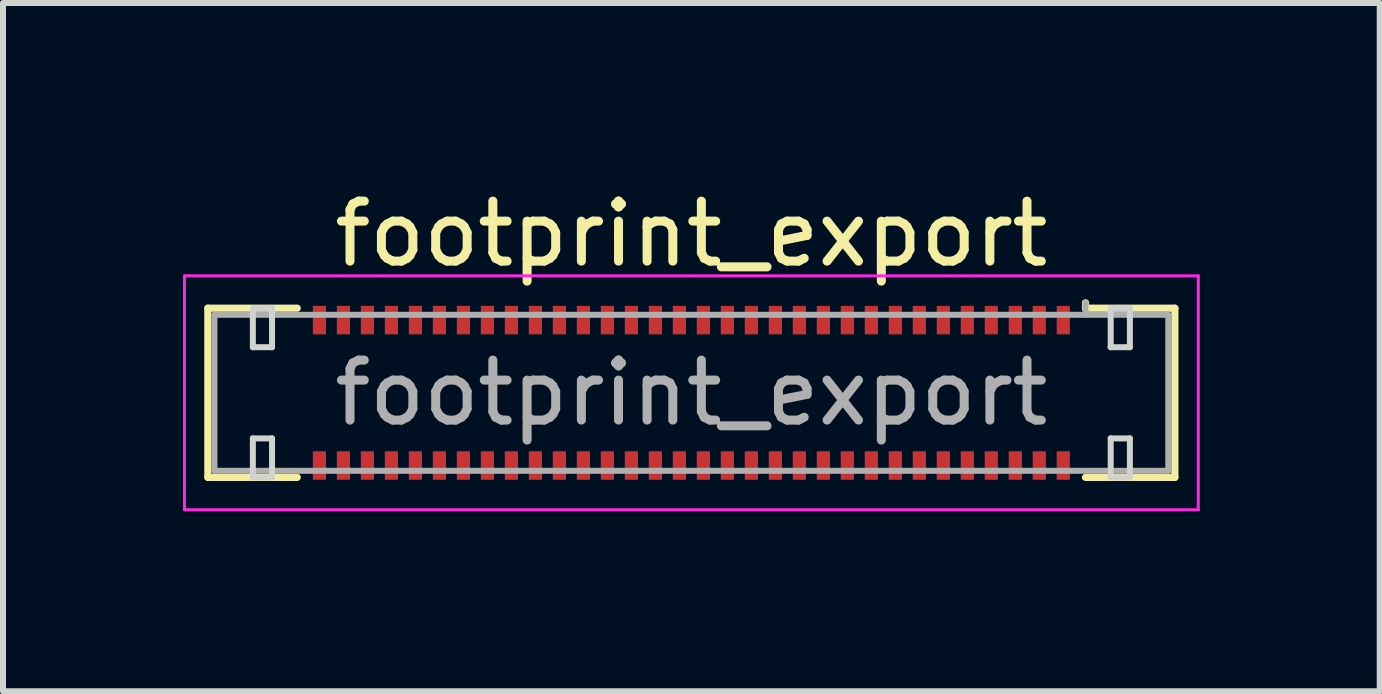
<source format=kicad_pcb>
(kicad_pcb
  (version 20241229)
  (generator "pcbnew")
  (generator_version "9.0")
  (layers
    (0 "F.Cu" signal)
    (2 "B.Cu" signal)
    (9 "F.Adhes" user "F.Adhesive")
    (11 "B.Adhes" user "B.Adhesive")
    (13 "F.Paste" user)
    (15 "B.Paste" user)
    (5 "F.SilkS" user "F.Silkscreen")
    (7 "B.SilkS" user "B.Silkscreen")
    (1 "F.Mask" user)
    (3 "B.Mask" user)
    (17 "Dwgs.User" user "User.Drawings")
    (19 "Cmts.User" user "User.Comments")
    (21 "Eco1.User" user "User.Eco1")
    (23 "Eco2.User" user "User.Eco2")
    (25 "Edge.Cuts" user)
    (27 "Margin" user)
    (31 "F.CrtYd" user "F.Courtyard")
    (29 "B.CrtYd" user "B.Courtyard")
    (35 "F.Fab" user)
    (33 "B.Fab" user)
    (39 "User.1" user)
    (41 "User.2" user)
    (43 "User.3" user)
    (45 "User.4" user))
  (footprint "footprint_export"
    (layer "F.Cu")
    (at 8.475 3.498)
    (property "Reference" "footprint_export" (at 0 -2.65 0) (layer "F.SilkS") (effects (font (size 1 1) (thickness 0.15))))
    (attr smd)
    (fp_line (start -8.06 -1.41) (end -6.57 -1.41) (stroke (width 0.12) (type solid)) (layer "F.SilkS"))
    (fp_line (start -8.06 1.41) (end -8.06 -1.41) (stroke (width 0.12) (type solid)) (layer "F.SilkS"))
    (fp_line (start -6.57 1.41) (end -8.06 1.41) (stroke (width 0.12) (type solid)) (layer "F.SilkS"))
    (fp_line (start 6.57 -1.41) (end 6.57 -1.5) (stroke (width 0.12) (type solid)) (layer "F.SilkS"))
    (fp_line (start 6.57 1.41) (end 8.06 1.41) (stroke (width 0.12) (type solid)) (layer "F.SilkS"))
    (fp_line (start 8.06 -1.41) (end 6.57 -1.41) (stroke (width 0.12) (type solid)) (layer "F.SilkS"))
    (fp_line (start 8.06 1.41) (end 8.06 -1.41) (stroke (width 0.12) (type solid)) (layer "F.SilkS"))
    (fp_line (start -7.31 -1.41) (end -7.31 -0.76) (stroke (width 0.1) (type solid)) (layer "Edge.Cuts"))
    (fp_line (start -7.31 -0.76) (end -6.99 -0.76) (stroke (width 0.1) (type solid)) (layer "Edge.Cuts"))
    (fp_line (start -7.31 0.76) (end -7.31 1.41) (stroke (width 0.1) (type solid)) (layer "Edge.Cuts"))
    (fp_line (start -7.31 1.41) (end -6.99 1.41) (stroke (width 0.1) (type solid)) (layer "Edge.Cuts"))
    (fp_line (start -6.99 -1.41) (end -7.31 -1.41) (stroke (width 0.1) (type solid)) (layer "Edge.Cuts"))
    (fp_line (start -6.99 -0.76) (end -6.99 -1.41) (stroke (width 0.1) (type solid)) (layer "Edge.Cuts"))
    (fp_line (start -6.99 0.76) (end -7.31 0.76) (stroke (width 0.1) (type solid)) (layer "Edge.Cuts"))
    (fp_line (start -6.99 1.41) (end -6.99 0.76) (stroke (width 0.1) (type solid)) (layer "Edge.Cuts"))
    (fp_line (start 6.99 -1.41) (end 6.99 -0.76) (stroke (width 0.1) (type solid)) (layer "Edge.Cuts"))
    (fp_line (start 6.99 -0.76) (end 7.31 -0.76) (stroke (width 0.1) (type solid)) (layer "Edge.Cuts"))
    (fp_line (start 6.99 0.76) (end 6.99 1.41) (stroke (width 0.1) (type solid)) (layer "Edge.Cuts"))
    (fp_line (start 6.99 1.41) (end 7.31 1.41) (stroke (width 0.1) (type solid)) (layer "Edge.Cuts"))
    (fp_line (start 7.31 -1.41) (end 6.99 -1.41) (stroke (width 0.1) (type solid)) (layer "Edge.Cuts"))
    (fp_line (start 7.31 -0.76) (end 7.31 -1.41) (stroke (width 0.1) (type solid)) (layer "Edge.Cuts"))
    (fp_line (start 7.31 0.76) (end 6.99 0.76) (stroke (width 0.1) (type solid)) (layer "Edge.Cuts"))
    (fp_line (start 7.31 1.41) (end 7.31 0.76) (stroke (width 0.1) (type solid)) (layer "Edge.Cuts"))
    (fp_line (start -8.45 -1.95) (end -8.45 1.95) (stroke (width 0.05) (type solid)) (layer "F.CrtYd"))
    (fp_line (start -8.45 1.95) (end 8.45 1.95) (stroke (width 0.05) (type solid)) (layer "F.CrtYd"))
    (fp_line (start 8.45 -1.95) (end -8.45 -1.95) (stroke (width 0.05) (type solid)) (layer "F.CrtYd"))
    (fp_line (start 8.45 1.95) (end 8.45 -1.95) (stroke (width 0.05) (type solid)) (layer "F.CrtYd"))
    (fp_line (start -7.95 -1.3) (end -7.95 1.3) (stroke (width 0.1) (type solid)) (layer "F.Fab"))
    (fp_line (start -7.95 1.3) (end 7.95 1.3) (stroke (width 0.1) (type solid)) (layer "F.Fab"))
    (fp_line (start 6.57 -1.3) (end 6.57 -1.5) (stroke (width 0.1) (type solid)) (layer "F.Fab"))
    (fp_line (start 7.95 -1.3) (end -7.95 -1.3) (stroke (width 0.1) (type solid)) (layer "F.Fab"))
    (fp_line (start 7.95 1.3) (end 7.95 -1.3) (stroke (width 0.1) (type solid)) (layer "F.Fab"))
    (fp_text user "${REFERENCE}" (at 0 0 0) (layer "F.Fab") (effects (font (size 1 1) (thickness 0.15))))
    (pad "1" smd rect (at 6.2 -1.212) (size 0.22 0.475) (layers "F.Cu" "F.Mask" "F.Paste"))
    (pad "2" smd rect (at 6.2 1.212) (size 0.22 0.475) (layers "F.Cu" "F.Mask" "F.Paste"))
    (pad "3" smd rect (at 5.8 -1.212) (size 0.22 0.475) (layers "F.Cu" "F.Mask" "F.Paste"))
    (pad "4" smd rect (at 5.8 1.212) (size 0.22 0.475) (layers "F.Cu" "F.Mask" "F.Paste"))
    (pad "5" smd rect (at 5.4 -1.212) (size 0.22 0.475) (layers "F.Cu" "F.Mask" "F.Paste"))
    (pad "6" smd rect (at 5.4 1.212) (size 0.22 0.475) (layers "F.Cu" "F.Mask" "F.Paste"))
    (pad "7" smd rect (at 5 -1.212) (size 0.22 0.475) (layers "F.Cu" "F.Mask" "F.Paste"))
    (pad "8" smd rect (at 5 1.212) (size 0.22 0.475) (layers "F.Cu" "F.Mask" "F.Paste"))
    (pad "9" smd rect (at 4.6 -1.212) (size 0.22 0.475) (layers "F.Cu" "F.Mask" "F.Paste"))
    (pad "10" smd rect (at 4.6 1.212) (size 0.22 0.475) (layers "F.Cu" "F.Mask" "F.Paste"))
    (pad "11" smd rect (at 4.2 -1.212) (size 0.22 0.475) (layers "F.Cu" "F.Mask" "F.Paste"))
    (pad "12" smd rect (at 4.2 1.212) (size 0.22 0.475) (layers "F.Cu" "F.Mask" "F.Paste"))
    (pad "13" smd rect (at 3.8 -1.212) (size 0.22 0.475) (layers "F.Cu" "F.Mask" "F.Paste"))
    (pad "14" smd rect (at 3.8 1.212) (size 0.22 0.475) (layers "F.Cu" "F.Mask" "F.Paste"))
    (pad "15" smd rect (at 3.4 -1.212) (size 0.22 0.475) (layers "F.Cu" "F.Mask" "F.Paste"))
    (pad "16" smd rect (at 3.4 1.212) (size 0.22 0.475) (layers "F.Cu" "F.Mask" "F.Paste"))
    (pad "17" smd rect (at 3 -1.212) (size 0.22 0.475) (layers "F.Cu" "F.Mask" "F.Paste"))
    (pad "18" smd rect (at 3 1.212) (size 0.22 0.475) (layers "F.Cu" "F.Mask" "F.Paste"))
    (pad "19" smd rect (at 2.6 -1.212) (size 0.22 0.475) (layers "F.Cu" "F.Mask" "F.Paste"))
    (pad "20" smd rect (at 2.6 1.212) (size 0.22 0.475) (layers "F.Cu" "F.Mask" "F.Paste"))
    (pad "21" smd rect (at 2.2 -1.212) (size 0.22 0.475) (layers "F.Cu" "F.Mask" "F.Paste"))
    (pad "22" smd rect (at 2.2 1.212) (size 0.22 0.475) (layers "F.Cu" "F.Mask" "F.Paste"))
    (pad "23" smd rect (at 1.8 -1.212) (size 0.22 0.475) (layers "F.Cu" "F.Mask" "F.Paste"))
    (pad "24" smd rect (at 1.8 1.212) (size 0.22 0.475) (layers "F.Cu" "F.Mask" "F.Paste"))
    (pad "25" smd rect (at 1.4 -1.212) (size 0.22 0.475) (layers "F.Cu" "F.Mask" "F.Paste"))
    (pad "26" smd rect (at 1.4 1.212) (size 0.22 0.475) (layers "F.Cu" "F.Mask" "F.Paste"))
    (pad "27" smd rect (at 1 -1.212) (size 0.22 0.475) (layers "F.Cu" "F.Mask" "F.Paste"))
    (pad "28" smd rect (at 1 1.212) (size 0.22 0.475) (layers "F.Cu" "F.Mask" "F.Paste"))
    (pad "29" smd rect (at 0.6 -1.212) (size 0.22 0.475) (layers "F.Cu" "F.Mask" "F.Paste"))
    (pad "30" smd rect (at 0.6 1.212) (size 0.22 0.475) (layers "F.Cu" "F.Mask" "F.Paste"))
    (pad "31" smd rect (at 0.2 -1.212) (size 0.22 0.475) (layers "F.Cu" "F.Mask" "F.Paste"))
    (pad "32" smd rect (at 0.2 1.212) (size 0.22 0.475) (layers "F.Cu" "F.Mask" "F.Paste"))
    (pad "33" smd rect (at -0.2 -1.212) (size 0.22 0.475) (layers "F.Cu" "F.Mask" "F.Paste"))
    (pad "34" smd rect (at -0.2 1.212) (size 0.22 0.475) (layers "F.Cu" "F.Mask" "F.Paste"))
    (pad "35" smd rect (at -0.6 -1.212) (size 0.22 0.475) (layers "F.Cu" "F.Mask" "F.Paste"))
    (pad "36" smd rect (at -0.6 1.212) (size 0.22 0.475) (layers "F.Cu" "F.Mask" "F.Paste"))
    (pad "37" smd rect (at -1 -1.212) (size 0.22 0.475) (layers "F.Cu" "F.Mask" "F.Paste"))
    (pad "38" smd rect (at -1 1.212) (size 0.22 0.475) (layers "F.Cu" "F.Mask" "F.Paste"))
    (pad "39" smd rect (at -1.4 -1.212) (size 0.22 0.475) (layers "F.Cu" "F.Mask" "F.Paste"))
    (pad "40" smd rect (at -1.4 1.212) (size 0.22 0.475) (layers "F.Cu" "F.Mask" "F.Paste"))
    (pad "41" smd rect (at -1.8 -1.212) (size 0.22 0.475) (layers "F.Cu" "F.Mask" "F.Paste"))
    (pad "42" smd rect (at -1.8 1.212) (size 0.22 0.475) (layers "F.Cu" "F.Mask" "F.Paste"))
    (pad "43" smd rect (at -2.2 -1.212) (size 0.22 0.475) (layers "F.Cu" "F.Mask" "F.Paste"))
    (pad "44" smd rect (at -2.2 1.212) (size 0.22 0.475) (layers "F.Cu" "F.Mask" "F.Paste"))
    (pad "45" smd rect (at -2.6 -1.212) (size 0.22 0.475) (layers "F.Cu" "F.Mask" "F.Paste"))
    (pad "46" smd rect (at -2.6 1.212) (size 0.22 0.475) (layers "F.Cu" "F.Mask" "F.Paste"))
    (pad "47" smd rect (at -3 -1.212) (size 0.22 0.475) (layers "F.Cu" "F.Mask" "F.Paste"))
    (pad "48" smd rect (at -3 1.212) (size 0.22 0.475) (layers "F.Cu" "F.Mask" "F.Paste"))
    (pad "49" smd rect (at -3.4 -1.212) (size 0.22 0.475) (layers "F.Cu" "F.Mask" "F.Paste"))
    (pad "50" smd rect (at -3.4 1.212) (size 0.22 0.475) (layers "F.Cu" "F.Mask" "F.Paste"))
    (pad "51" smd rect (at -3.8 -1.212) (size 0.22 0.475) (layers "F.Cu" "F.Mask" "F.Paste"))
    (pad "52" smd rect (at -3.8 1.212) (size 0.22 0.475) (layers "F.Cu" "F.Mask" "F.Paste"))
    (pad "53" smd rect (at -4.2 -1.212) (size 0.22 0.475) (layers "F.Cu" "F.Mask" "F.Paste"))
    (pad "54" smd rect (at -4.2 1.212) (size 0.22 0.475) (layers "F.Cu" "F.Mask" "F.Paste"))
    (pad "55" smd rect (at -4.6 -1.212) (size 0.22 0.475) (layers "F.Cu" "F.Mask" "F.Paste"))
    (pad "56" smd rect (at -4.6 1.212) (size 0.22 0.475) (layers "F.Cu" "F.Mask" "F.Paste"))
    (pad "57" smd rect (at -5 -1.212) (size 0.22 0.475) (layers "F.Cu" "F.Mask" "F.Paste"))
    (pad "58" smd rect (at -5 1.212) (size 0.22 0.475) (layers "F.Cu" "F.Mask" "F.Paste"))
    (pad "59" smd rect (at -5.4 -1.212) (size 0.22 0.475) (layers "F.Cu" "F.Mask" "F.Paste"))
    (pad "60" smd rect (at -5.4 1.212) (size 0.22 0.475) (layers "F.Cu" "F.Mask" "F.Paste"))
    (pad "61" smd rect (at -5.8 -1.212) (size 0.22 0.475) (layers "F.Cu" "F.Mask" "F.Paste"))
    (pad "62" smd rect (at -5.8 1.212) (size 0.22 0.475) (layers "F.Cu" "F.Mask" "F.Paste"))
    (pad "63" smd rect (at -6.2 -1.212) (size 0.22 0.475) (layers "F.Cu" "F.Mask" "F.Paste"))
    (pad "64" smd rect (at -6.2 1.212) (size 0.22 0.475) (layers "F.Cu" "F.Mask" "F.Paste")))
  (gr_rect
    (start -3 -3)
    (end 19.95 8.473)
    (stroke (width 0.1) (type default))
    (fill no)
    (layer "Edge.Cuts")))
</source>
